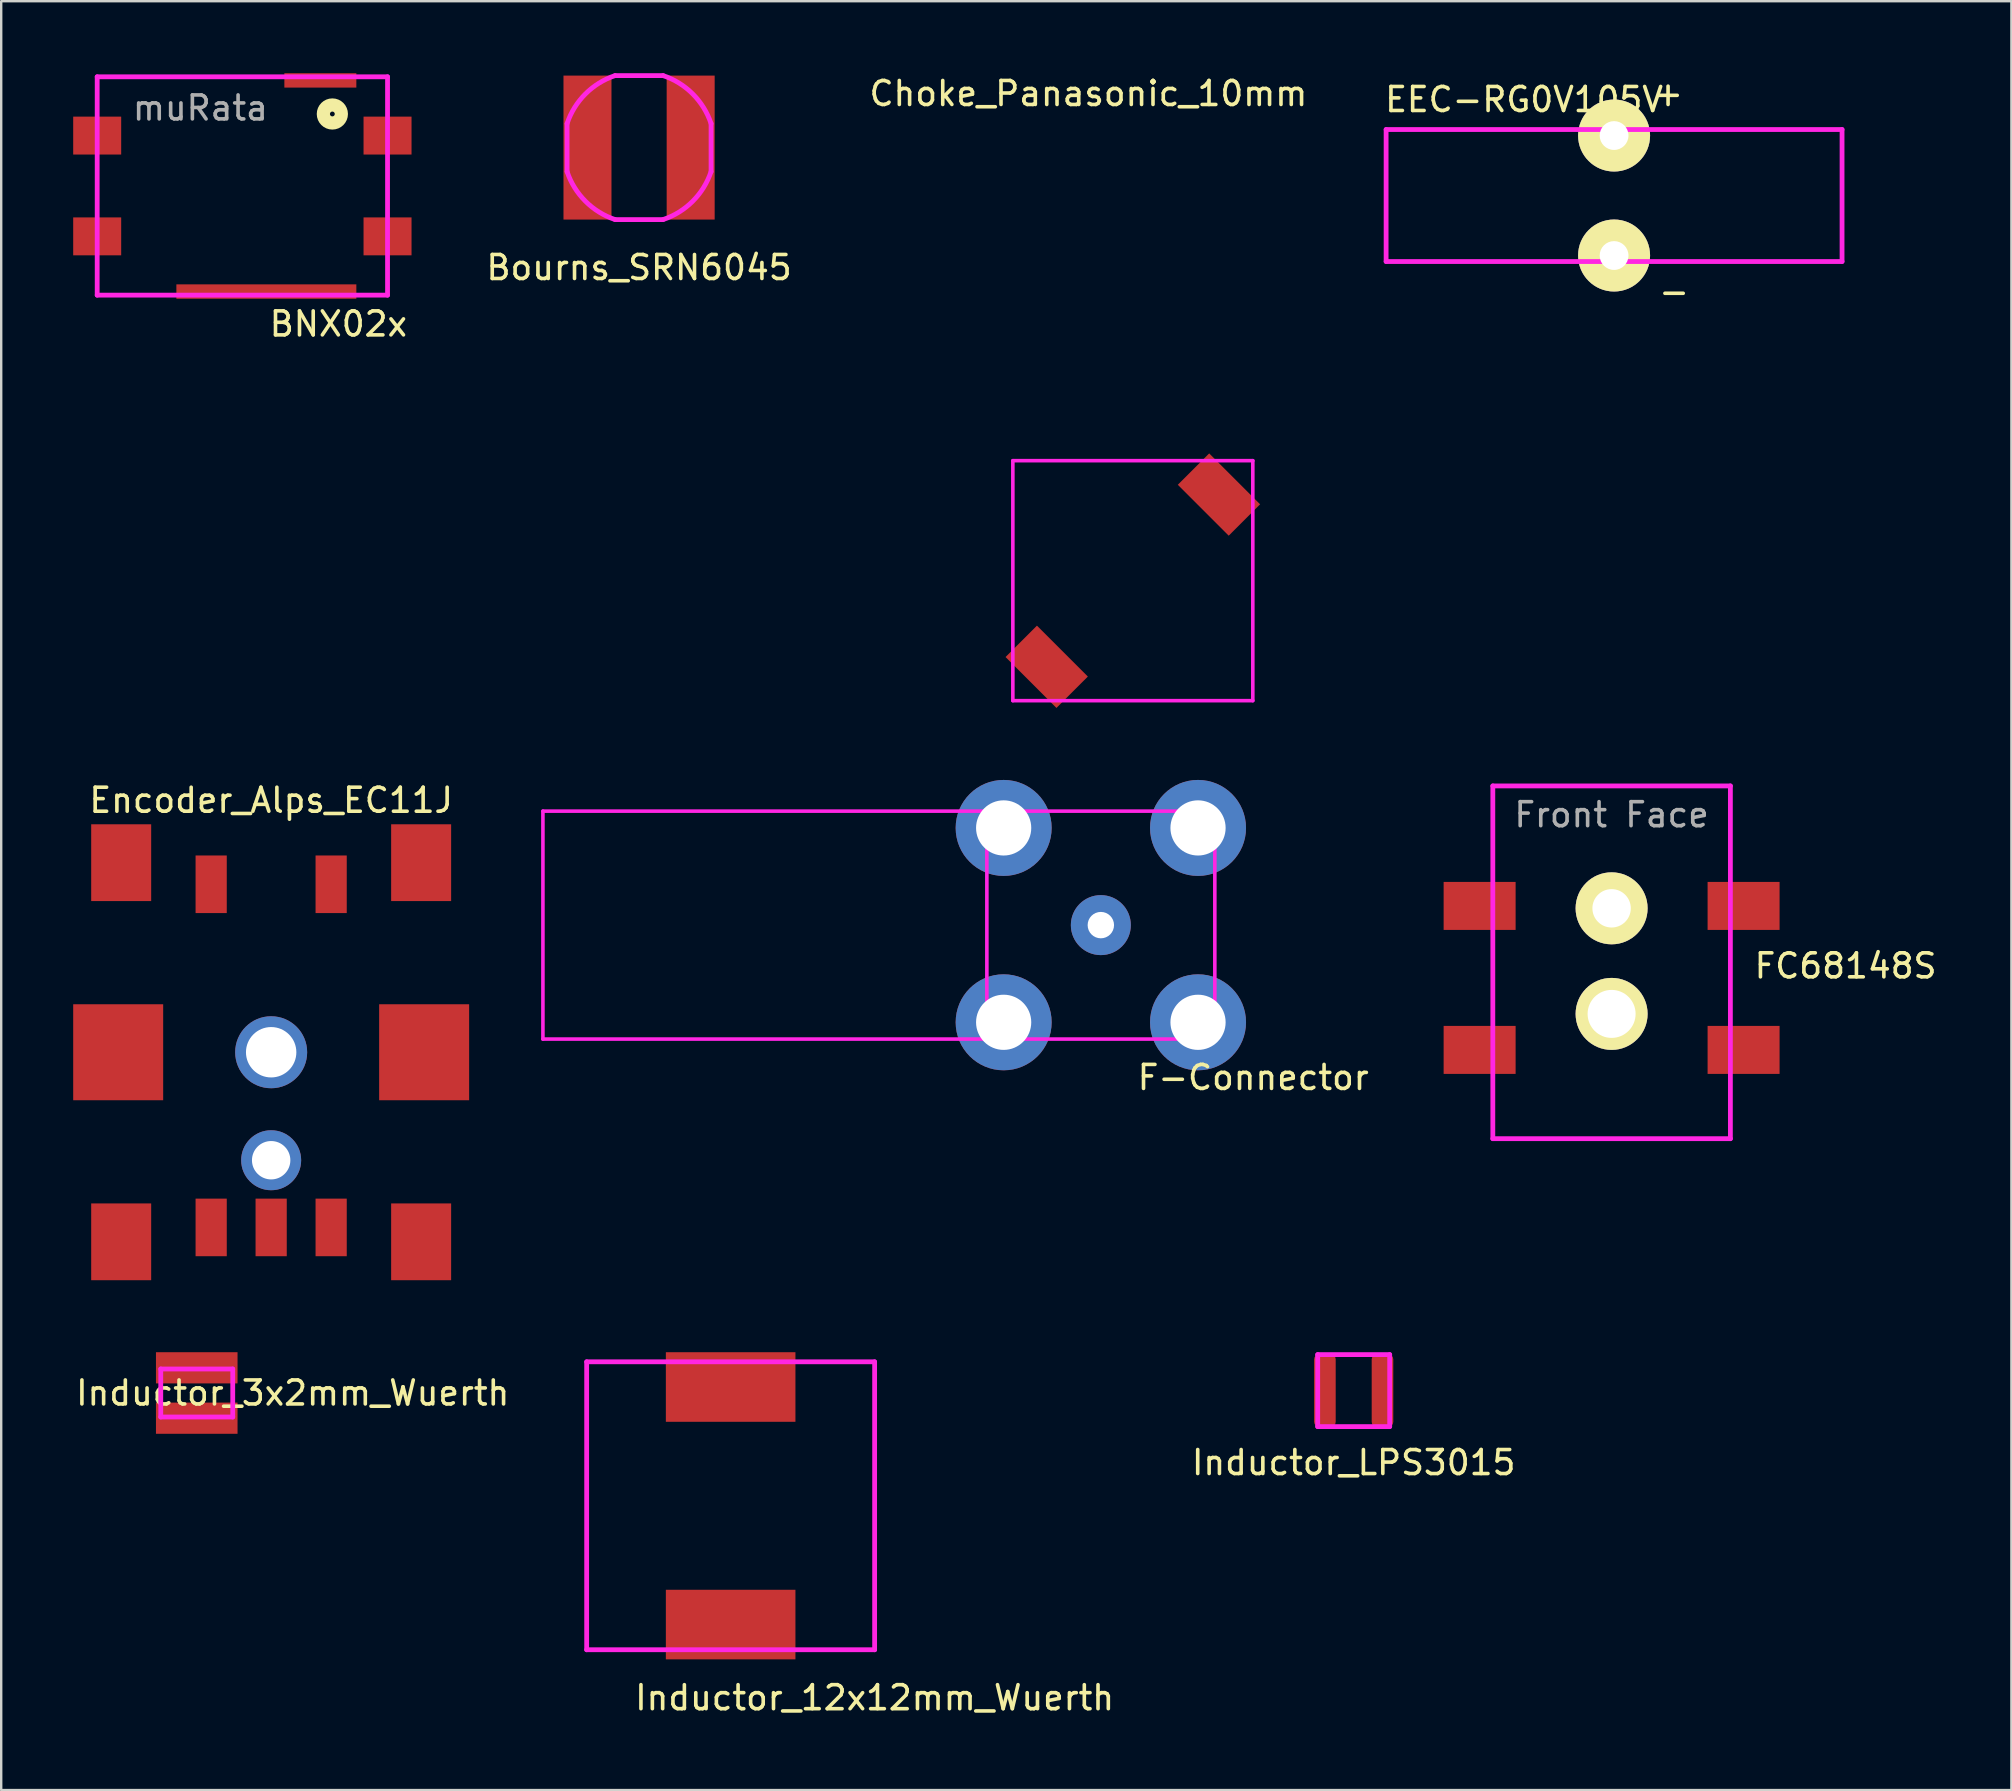
<source format=kicad_pcb>
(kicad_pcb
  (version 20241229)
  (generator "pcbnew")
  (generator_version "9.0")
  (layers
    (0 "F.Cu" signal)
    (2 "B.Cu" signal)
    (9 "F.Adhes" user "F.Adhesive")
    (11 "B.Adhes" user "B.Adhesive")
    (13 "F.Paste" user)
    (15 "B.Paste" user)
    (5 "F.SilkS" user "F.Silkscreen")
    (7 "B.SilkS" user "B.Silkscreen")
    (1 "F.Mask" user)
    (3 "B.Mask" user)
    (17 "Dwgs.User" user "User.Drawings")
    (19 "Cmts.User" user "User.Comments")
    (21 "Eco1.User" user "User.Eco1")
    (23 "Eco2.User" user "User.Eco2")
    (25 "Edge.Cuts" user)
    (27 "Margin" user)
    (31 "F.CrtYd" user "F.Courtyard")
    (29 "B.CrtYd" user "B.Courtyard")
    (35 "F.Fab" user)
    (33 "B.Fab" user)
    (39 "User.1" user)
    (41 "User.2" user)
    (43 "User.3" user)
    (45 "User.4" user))
  (footprint "EEC-RG0V105V"
    (layer "F.Cu")
    (at 64.213 5.098)
    (property "Reference" "EEC-RG0V105V" (at -3.75 -4 0) (layer "F.SilkS") (effects (font (size 1 1) (thickness 0.15))))
    (attr through_hole)
    (fp_line (start -9.5 -2.75) (end 9.5 -2.75) (stroke (width 0.2) (type solid)) (layer "F.CrtYd"))
    (fp_line (start -9.5 2.75) (end -9.5 -2.75) (stroke (width 0.2) (type solid)) (layer "F.CrtYd"))
    (fp_line (start 9.5 -2.75) (end 9.5 2.75) (stroke (width 0.2) (type solid)) (layer "F.CrtYd"))
    (fp_line (start 9.5 2.75) (end -9.5 2.75) (stroke (width 0.2) (type solid)) (layer "F.CrtYd"))
    (fp_text user "-" (at 2.5 4 0) (layer "F.SilkS") (effects (font (size 1 1) (thickness 0.15))))
    (fp_text user "+" (at 2.25 -4.25 0) (layer "F.SilkS") (effects (font (size 1 1) (thickness 0.15))))
    (pad "1" thru_hole circle (at 0 -2.5) (size 3 3) (drill 1.2) (layers "*.Cu" "*.Mask" "F.SilkS"))
    (pad "2" thru_hole circle (at 0 2.5) (size 3 3) (drill 1.2) (layers "*.Cu" "*.Mask" "F.SilkS")))
  (footprint "BNX02x"
    (layer "F.Cu")
    (at 7.05 4.7)
    (property "Reference" "BNX02x" (at 4 5.75 0) (layer "F.SilkS") (effects (font (size 1 1) (thickness 0.15))))
    (attr through_hole)
    (fp_circle (center 3.75 -3) (end 3.75 -2.75) (stroke (width 0.3) (type solid)) (fill no) (layer "F.SilkS"))
    (fp_circle (center 3.75 -3) (end 3.75 -2.5) (stroke (width 0.3) (type solid)) (fill no) (layer "F.SilkS"))
    (fp_line (start -6.05 -4.55) (end 6.05 -4.55) (stroke (width 0.2) (type solid)) (layer "F.CrtYd"))
    (fp_line (start -6.05 4.55) (end -6.05 -4.55) (stroke (width 0.2) (type solid)) (layer "F.CrtYd"))
    (fp_line (start 6.05 -4.55) (end 6.05 4.55) (stroke (width 0.2) (type solid)) (layer "F.CrtYd"))
    (fp_line (start 6.05 4.55) (end -6.05 4.55) (stroke (width 0.2) (type solid)) (layer "F.CrtYd"))
    (fp_text user "muRata" (at -1.75 -3.25 0) (layer "F.Fab") (effects (font (size 1 1) (thickness 0.15))))
    (pad "1" smd rect (at -6.05 -2.1) (size 2 1.58) (layers "F.Cu" "F.Mask" "F.Paste"))
    (pad "2" smd rect (at 6.05 -2.1) (size 2 1.58) (layers "F.Cu" "F.Mask" "F.Paste"))
    (pad "3" smd rect (at -6.05 2.1) (size 2 1.58) (layers "F.Cu" "F.Mask" "F.Paste"))
    (pad "4" smd rect (at 1 4.4) (size 7.5 0.6) (layers "F.Cu" "F.Mask" "F.Paste"))
    (pad "4" smd rect (at 3.25 -4.4) (size 3 0.6) (layers "F.Cu" "F.Mask" "F.Paste"))
    (pad "4" smd rect (at 6.05 2.1) (size 2 1.58) (layers "F.Cu" "F.Mask" "F.Paste")))
  (footprint "Inductor_12x12mm_Wuerth"
    (layer "F.Cu")
    (at 27.398 59.7)
    (property "Reference" "Inductor_12x12mm_Wuerth" (at 6 8 0) (layer "F.SilkS") (effects (font (size 1 1) (thickness 0.15))))
    (attr through_hole)
    (fp_line (start -6 -6) (end 6 -6) (stroke (width 0.2) (type solid)) (layer "F.CrtYd"))
    (fp_line (start -6 6) (end -6 -6) (stroke (width 0.2) (type solid)) (layer "F.CrtYd"))
    (fp_line (start 6 -6) (end 6 6) (stroke (width 0.2) (type solid)) (layer "F.CrtYd"))
    (fp_line (start 6 6) (end -6 6) (stroke (width 0.2) (type solid)) (layer "F.CrtYd"))
    (pad "1" smd rect (at 0 -4.95) (size 5.4 2.9) (layers "F.Cu" "F.Mask" "F.Paste"))
    (pad "2" smd rect (at 0 4.95) (size 5.4 2.9) (layers "F.Cu" "F.Mask" "F.Paste")))
  (footprint "Inductor_3x2mm_Wuerth"
    (layer "F.Cu")
    (at 5.149 55)
    (property "Reference" "Inductor_3x2mm_Wuerth" (at 4 0 0) (layer "F.SilkS") (effects (font (size 1 1) (thickness 0.15))))
    (attr through_hole)
    (fp_line (start -1.5 -1) (end 1.5 -1) (stroke (width 0.2) (type solid)) (layer "F.CrtYd"))
    (fp_line (start -1.5 1) (end -1.5 -1) (stroke (width 0.2) (type solid)) (layer "F.CrtYd"))
    (fp_line (start 1.5 -1) (end 1.5 1) (stroke (width 0.2) (type solid)) (layer "F.CrtYd"))
    (fp_line (start 1.5 1) (end -1.5 1) (stroke (width 0.2) (type solid)) (layer "F.CrtYd"))
    (pad "1" smd rect (at 0 -1.05) (size 3.4 1.3) (layers "F.Cu" "F.Mask" "F.Paste"))
    (pad "2" smd rect (at 0 1.05) (size 3.4 1.3) (layers "F.Cu" "F.Mask" "F.Paste")))
  (footprint "FC68148S"
    (layer "F.Cu")
    (at 64.11 29.702)
    (property "Reference" "FC68148S" (at 9.75 7.5 0) (layer "F.SilkS") (effects (font (size 1 1) (thickness 0.15))))
    (attr through_hole)
    (fp_line (start -4.95 0) (end 4.95 0) (stroke (width 0.2) (type solid)) (layer "F.CrtYd"))
    (fp_line (start -4.95 14.7) (end -4.95 0) (stroke (width 0.2) (type solid)) (layer "F.CrtYd"))
    (fp_line (start 4.95 0) (end 4.95 14.7) (stroke (width 0.2) (type solid)) (layer "F.CrtYd"))
    (fp_line (start 4.95 14.7) (end -4.95 14.7) (stroke (width 0.2) (type solid)) (layer "F.CrtYd"))
    (fp_text user "Front Face" (at 0 1.2 0) (layer "F.Fab") (effects (font (size 1 1) (thickness 0.15))))
    (pad "" np_thru_hole circle (at 0 5.1) (size 3 3) (drill 1.6) (layers "*.Cu" "*.Mask" "F.SilkS"))
    (pad "" np_thru_hole circle (at 0 9.5) (size 3 3) (drill 2) (layers "*.Cu" "*.Mask" "F.SilkS"))
    (pad "1" smd rect (at 5.5 5) (size 3 2) (layers "F.Cu" "F.Mask" "F.Paste"))
    (pad "1" smd rect (at 5.5 11) (size 3 2) (layers "F.Cu" "F.Mask" "F.Paste"))
    (pad "2" smd rect (at -5.5 11) (size 3 2) (layers "F.Cu" "F.Mask" "F.Paste"))
    (pad "3" smd rect (at -5.5 5) (size 3 2) (layers "F.Cu" "F.Mask" "F.Paste")))
  (footprint "Choke_Panasonic_10mm"
    (layer "F.Cu")
    (at 44.158 21.148)
    (property "Reference" "Choke_Panasonic_10mm" (at -1.85 -20.3 0) (layer "F.SilkS") (effects (font (size 1 1) (thickness 0.15))))
    (attr through_hole)
    (fp_line (start -5 -5) (end 5 -5) (stroke (width 0.15) (type solid)) (layer "F.CrtYd"))
    (fp_line (start -5 5) (end -5 -5) (stroke (width 0.15) (type solid)) (layer "F.CrtYd"))
    (fp_line (start 5 -5) (end 5 5) (stroke (width 0.15) (type solid)) (layer "F.CrtYd"))
    (fp_line (start 5 5) (end -5 5) (stroke (width 0.15) (type solid)) (layer "F.CrtYd"))
    (pad "1" smd rect (at 3.589 -3.589 315) (size 3 1.85) (layers "F.Cu" "F.Mask" "F.Paste"))
    (pad "2" smd rect (at -3.589 3.589 315) (size 3 1.85) (layers "F.Cu" "F.Mask" "F.Paste")))
  (footprint "Bourns_SRN6045"
    (layer "F.Cu")
    (at 23.582 3.1)
    (property "Reference" "Bourns_SRN6045" (at 0 5 0) (layer "F.SilkS") (effects (font (size 1 1) (thickness 0.15))))
    (attr through_hole)
    (fp_line (start -3 1) (end -3 -1) (stroke (width 0.2) (type solid)) (layer "F.CrtYd"))
    (fp_line (start -1 -3) (end 1 -3) (stroke (width 0.2) (type solid)) (layer "F.CrtYd"))
    (fp_line (start 1 3) (end -1 3) (stroke (width 0.2) (type solid)) (layer "F.CrtYd"))
    (fp_line (start 3 -1) (end 3 1) (stroke (width 0.2) (type solid)) (layer "F.CrtYd"))
    (fp_arc (start -3 -1) (mid -2.236068 -2.236068) (end -1 -3) (stroke (width 0.2) (type solid)) (layer "F.CrtYd"))
    (fp_arc (start -1 3) (mid -2.236068 2.236068) (end -3 1) (stroke (width 0.2) (type solid)) (layer "F.CrtYd"))
    (fp_arc (start 1 -3) (mid 2.236068 -2.236068) (end 3 -1) (stroke (width 0.2) (type solid)) (layer "F.CrtYd"))
    (fp_arc (start 3 1) (mid 2.236068 2.236068) (end 1 3) (stroke (width 0.2) (type solid)) (layer "F.CrtYd"))
    (pad "1" smd rect (at -2.15 0) (size 2 6) (layers "F.Cu" "F.Mask" "F.Paste"))
    (pad "2" smd rect (at 2.15 0) (size 2 6) (layers "F.Cu" "F.Mask" "F.Paste")))
  (footprint "Inductor_LPS3015"
    (layer "F.Cu")
    (at 53.362 54.9)
    (property "Reference" "Inductor_LPS3015" (at 0 3 0) (layer "F.SilkS") (effects (font (size 1 1) (thickness 0.15))))
    (attr through_hole)
    (fp_line (start -1.5 -1.5) (end 1.5 -1.5) (stroke (width 0.2) (type solid)) (layer "F.CrtYd"))
    (fp_line (start -1.5 1.5) (end -1.5 -1.5) (stroke (width 0.2) (type solid)) (layer "F.CrtYd"))
    (fp_line (start 1.5 -1.5) (end 1.5 1.5) (stroke (width 0.2) (type solid)) (layer "F.CrtYd"))
    (fp_line (start 1.5 1.5) (end -1.5 1.5) (stroke (width 0.2) (type solid)) (layer "F.CrtYd"))
    (pad "1" smd roundrect (at -1.2 0) (size 0.9 3.05) (layers "F.Cu" "F.Mask" "F.Paste") (roundrect_rratio 0.25))
    (pad "2" smd roundrect (at 1.2 0) (size 0.9 3.05) (layers "F.Cu" "F.Mask" "F.Paste") (roundrect_rratio 0.25)))
  (footprint "F-Connector"
    (layer "F.Cu")
    (at 42.825 35.502)
    (property "Reference" "F-Connector" (at 6.35 6.35 0) (layer "F.SilkS") (effects (font (size 1 1) (thickness 0.15))))
    (attr through_hole)
    (fp_line (start -23.25 -4.75) (end 4.75 -4.75) (stroke (width 0.15) (type solid)) (layer "F.CrtYd"))
    (fp_line (start -23.25 4.75) (end -23.25 -4.75) (stroke (width 0.15) (type solid)) (layer "F.CrtYd"))
    (fp_line (start -4.75 -4.75) (end -4.75 4.75) (stroke (width 0.15) (type solid)) (layer "F.CrtYd"))
    (fp_line (start 4.75 -4.75) (end 4.75 4.75) (stroke (width 0.15) (type solid)) (layer "F.CrtYd"))
    (fp_line (start 4.75 4.75) (end -23.25 4.75) (stroke (width 0.15) (type solid)) (layer "F.CrtYd"))
    (pad "1" thru_hole circle (at 0 0) (size 2.5 2.5) (drill 1.1) (layers "*.Cu" "*.Mask"))
    (pad "2" thru_hole circle (at -4.05 -4.05) (size 4 4) (drill 2.3) (layers "*.Cu" "*.Mask"))
    (pad "2" thru_hole circle (at -4.05 4.05) (size 4 4) (drill 2.3) (layers "*.Cu" "*.Mask"))
    (pad "2" thru_hole circle (at 4.05 -4.05) (size 4 4) (drill 2.3) (layers "*.Cu" "*.Mask"))
    (pad "2" thru_hole circle (at 4.05 4.05) (size 4 4) (drill 2.3) (layers "*.Cu" "*.Mask")))
  (footprint "Encoder_Alps_EC11J"
    (layer "F.Cu")
    (at 8.25 40.8)
    (property "Reference" "Encoder_Alps_EC11J" (at 0 -10.5 0) (layer "F.SilkS") (effects (font (size 1 1) (thickness 0.15))))
    (attr through_hole)
    (pad "" np_thru_hole circle (at 0 0) (size 3 3) (drill 2.1) (layers "*.Cu" "*.Mask"))
    (pad "" np_thru_hole circle (at 0 4.5) (size 2.5 2.5) (drill 1.6) (layers "*.Cu" "*.Mask"))
    (pad "1" smd rect (at -2.5 7.3) (size 1.3 2.4) (layers "F.Cu" "F.Mask" "F.Paste"))
    (pad "2" smd rect (at 0 7.3) (size 1.3 2.4) (layers "F.Cu" "F.Mask" "F.Paste"))
    (pad "3" smd rect (at 2.5 7.3) (size 1.3 2.4) (layers "F.Cu" "F.Mask" "F.Paste"))
    (pad "4" smd rect (at -2.5 -7) (size 1.3 2.4) (layers "F.Cu" "F.Mask" "F.Paste"))
    (pad "5" smd rect (at 2.5 -7) (size 1.3 2.4) (layers "F.Cu" "F.Mask" "F.Paste"))
    (pad "MECH" smd rect (at -6.375 0) (size 3.75 4) (layers "F.Cu" "F.Mask" "F.Paste"))
    (pad "MECH" smd rect (at -6.25 -7.9) (size 2.5 3.2) (layers "F.Cu" "F.Mask" "F.Paste"))
    (pad "MECH" smd rect (at -6.25 7.9) (size 2.5 3.2) (layers "F.Cu" "F.Mask" "F.Paste"))
    (pad "MECH" smd rect (at 6.25 -7.9) (size 2.5 3.2) (layers "F.Cu" "F.Mask" "F.Paste"))
    (pad "MECH" smd rect (at 6.25 7.9) (size 2.5 3.2) (layers "F.Cu" "F.Mask" "F.Paste"))
    (pad "MECH" smd rect (at 6.375 0) (size 3.75 4) (layers "F.Cu" "F.Mask" "F.Paste")))
  (gr_rect
    (start -3 -3)
    (end 80.77 71.548)
    (stroke (width 0.1) (type default))
    (fill no)
    (layer "Edge.Cuts")))
</source>
